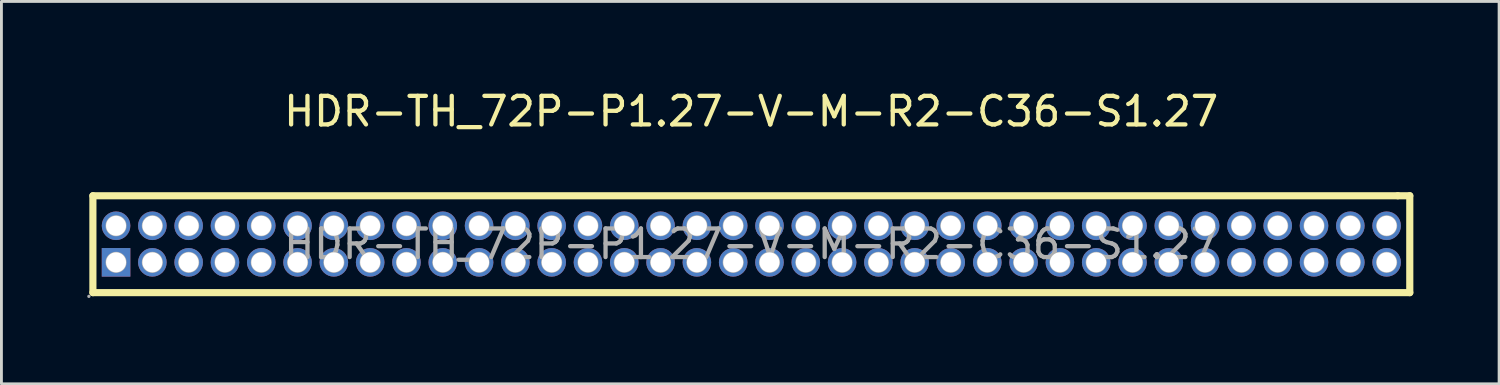
<source format=kicad_pcb>
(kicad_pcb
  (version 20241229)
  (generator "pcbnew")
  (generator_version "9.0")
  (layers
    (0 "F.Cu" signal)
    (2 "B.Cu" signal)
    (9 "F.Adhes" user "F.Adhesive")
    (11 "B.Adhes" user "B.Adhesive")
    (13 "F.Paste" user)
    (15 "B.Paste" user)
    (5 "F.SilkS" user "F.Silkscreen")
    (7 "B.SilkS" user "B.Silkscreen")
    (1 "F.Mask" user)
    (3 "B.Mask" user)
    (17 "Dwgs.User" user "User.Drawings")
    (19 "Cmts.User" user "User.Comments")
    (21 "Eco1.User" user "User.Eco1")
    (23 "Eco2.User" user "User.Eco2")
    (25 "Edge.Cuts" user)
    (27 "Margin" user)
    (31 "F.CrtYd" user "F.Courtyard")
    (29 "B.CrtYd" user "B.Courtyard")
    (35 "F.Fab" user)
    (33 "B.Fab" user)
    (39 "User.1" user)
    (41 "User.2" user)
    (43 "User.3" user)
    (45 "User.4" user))
  (footprint "HDR-TH_72P-P1.27-V-M-R2-C36-S1.27"
    (layer "F.Cu")
    (at 23.23 5.488)
    (property "Reference" "HDR-TH_72P-P1.27-V-M-R2-C36-S1.27" (at 0 -4.64 0) (layer "F.SilkS") (effects (font (size 1 1) (thickness 0.15))))
    (attr through_hole)
    (fp_line (start -23.03 -1.69) (end -23.03 1.7) (stroke (width 0.25) (type solid)) (layer "F.SilkS"))
    (fp_line (start -23.03 -1.69) (end 22.62 -1.69) (stroke (width 0.25) (type solid)) (layer "F.SilkS"))
    (fp_line (start -23.03 1.7) (end 23.04 1.7) (stroke (width 0.25) (type solid)) (layer "F.SilkS"))
    (fp_line (start 22.62 -1.69) (end 23.04 -1.69) (stroke (width 0.25) (type solid)) (layer "F.SilkS"))
    (fp_line (start 23.04 -1.69) (end 23.04 1.7) (stroke (width 0.25) (type solid)) (layer "F.SilkS"))
    (fp_circle (center -23.17 1.83) (end -23.14 1.83) (stroke (width 0.06) (type solid)) (fill no) (layer "F.Fab"))
    (fp_circle (center -22.22 -0.64) (end -22.1 -0.64) (stroke (width 0.25) (type solid)) (fill no) (layer "F.Fab"))
    (fp_circle (center -22.22 0.64) (end -22.1 0.64) (stroke (width 0.25) (type solid)) (fill no) (layer "F.Fab"))
    (fp_circle (center -20.95 -0.64) (end -20.83 -0.64) (stroke (width 0.25) (type solid)) (fill no) (layer "F.Fab"))
    (fp_circle (center -20.95 0.64) (end -20.83 0.64) (stroke (width 0.25) (type solid)) (fill no) (layer "F.Fab"))
    (fp_circle (center -19.68 -0.64) (end -19.56 -0.64) (stroke (width 0.25) (type solid)) (fill no) (layer "F.Fab"))
    (fp_circle (center -19.68 0.64) (end -19.56 0.64) (stroke (width 0.25) (type solid)) (fill no) (layer "F.Fab"))
    (fp_circle (center -18.41 -0.64) (end -18.29 -0.64) (stroke (width 0.25) (type solid)) (fill no) (layer "F.Fab"))
    (fp_circle (center -18.41 0.64) (end -18.29 0.64) (stroke (width 0.25) (type solid)) (fill no) (layer "F.Fab"))
    (fp_circle (center -17.14 -0.64) (end -17.02 -0.64) (stroke (width 0.25) (type solid)) (fill no) (layer "F.Fab"))
    (fp_circle (center -17.14 0.64) (end -17.02 0.64) (stroke (width 0.25) (type solid)) (fill no) (layer "F.Fab"))
    (fp_circle (center -15.87 -0.64) (end -15.75 -0.64) (stroke (width 0.25) (type solid)) (fill no) (layer "F.Fab"))
    (fp_circle (center -15.87 0.64) (end -15.75 0.64) (stroke (width 0.25) (type solid)) (fill no) (layer "F.Fab"))
    (fp_circle (center -14.6 -0.64) (end -14.48 -0.64) (stroke (width 0.25) (type solid)) (fill no) (layer "F.Fab"))
    (fp_circle (center -14.6 0.64) (end -14.48 0.64) (stroke (width 0.25) (type solid)) (fill no) (layer "F.Fab"))
    (fp_circle (center -13.33 -0.64) (end -13.21 -0.64) (stroke (width 0.25) (type solid)) (fill no) (layer "F.Fab"))
    (fp_circle (center -13.33 0.64) (end -13.21 0.64) (stroke (width 0.25) (type solid)) (fill no) (layer "F.Fab"))
    (fp_circle (center -12.06 -0.64) (end -11.94 -0.64) (stroke (width 0.25) (type solid)) (fill no) (layer "F.Fab"))
    (fp_circle (center -12.06 0.64) (end -11.94 0.64) (stroke (width 0.25) (type solid)) (fill no) (layer "F.Fab"))
    (fp_circle (center -10.79 -0.64) (end -10.67 -0.64) (stroke (width 0.25) (type solid)) (fill no) (layer "F.Fab"))
    (fp_circle (center -10.79 0.64) (end -10.67 0.64) (stroke (width 0.25) (type solid)) (fill no) (layer "F.Fab"))
    (fp_circle (center -9.52 -0.64) (end -9.4 -0.64) (stroke (width 0.25) (type solid)) (fill no) (layer "F.Fab"))
    (fp_circle (center -9.52 0.64) (end -9.4 0.64) (stroke (width 0.25) (type solid)) (fill no) (layer "F.Fab"))
    (fp_circle (center -8.25 -0.64) (end -8.13 -0.64) (stroke (width 0.25) (type solid)) (fill no) (layer "F.Fab"))
    (fp_circle (center -8.25 0.64) (end -8.13 0.64) (stroke (width 0.25) (type solid)) (fill no) (layer "F.Fab"))
    (fp_circle (center -6.98 -0.64) (end -6.86 -0.64) (stroke (width 0.25) (type solid)) (fill no) (layer "F.Fab"))
    (fp_circle (center -6.98 0.64) (end -6.86 0.64) (stroke (width 0.25) (type solid)) (fill no) (layer "F.Fab"))
    (fp_circle (center -5.71 -0.64) (end -5.59 -0.64) (stroke (width 0.25) (type solid)) (fill no) (layer "F.Fab"))
    (fp_circle (center -5.71 0.64) (end -5.59 0.64) (stroke (width 0.25) (type solid)) (fill no) (layer "F.Fab"))
    (fp_circle (center -4.44 -0.64) (end -4.32 -0.64) (stroke (width 0.25) (type solid)) (fill no) (layer "F.Fab"))
    (fp_circle (center -4.44 0.64) (end -4.32 0.64) (stroke (width 0.25) (type solid)) (fill no) (layer "F.Fab"))
    (fp_circle (center -3.17 -0.64) (end -3.05 -0.64) (stroke (width 0.25) (type solid)) (fill no) (layer "F.Fab"))
    (fp_circle (center -3.17 0.64) (end -3.05 0.64) (stroke (width 0.25) (type solid)) (fill no) (layer "F.Fab"))
    (fp_circle (center -1.9 -0.64) (end -1.78 -0.64) (stroke (width 0.25) (type solid)) (fill no) (layer "F.Fab"))
    (fp_circle (center -1.9 0.64) (end -1.78 0.64) (stroke (width 0.25) (type solid)) (fill no) (layer "F.Fab"))
    (fp_circle (center -0.63 -0.64) (end -0.51 -0.64) (stroke (width 0.25) (type solid)) (fill no) (layer "F.Fab"))
    (fp_circle (center -0.63 0.64) (end -0.51 0.64) (stroke (width 0.25) (type solid)) (fill no) (layer "F.Fab"))
    (fp_circle (center 0.64 -0.64) (end 0.76 -0.64) (stroke (width 0.25) (type solid)) (fill no) (layer "F.Fab"))
    (fp_circle (center 0.64 0.64) (end 0.76 0.64) (stroke (width 0.25) (type solid)) (fill no) (layer "F.Fab"))
    (fp_circle (center 1.91 -0.64) (end 2.03 -0.64) (stroke (width 0.25) (type solid)) (fill no) (layer "F.Fab"))
    (fp_circle (center 1.91 0.64) (end 2.03 0.64) (stroke (width 0.25) (type solid)) (fill no) (layer "F.Fab"))
    (fp_circle (center 3.18 -0.64) (end 3.3 -0.64) (stroke (width 0.25) (type solid)) (fill no) (layer "F.Fab"))
    (fp_circle (center 3.18 0.64) (end 3.3 0.64) (stroke (width 0.25) (type solid)) (fill no) (layer "F.Fab"))
    (fp_circle (center 4.45 -0.64) (end 4.57 -0.64) (stroke (width 0.25) (type solid)) (fill no) (layer "F.Fab"))
    (fp_circle (center 4.45 0.64) (end 4.57 0.64) (stroke (width 0.25) (type solid)) (fill no) (layer "F.Fab"))
    (fp_circle (center 5.72 -0.64) (end 5.84 -0.64) (stroke (width 0.25) (type solid)) (fill no) (layer "F.Fab"))
    (fp_circle (center 5.72 0.64) (end 5.84 0.64) (stroke (width 0.25) (type solid)) (fill no) (layer "F.Fab"))
    (fp_circle (center 6.98 -0.64) (end 7.1 -0.64) (stroke (width 0.25) (type solid)) (fill no) (layer "F.Fab"))
    (fp_circle (center 6.98 0.64) (end 7.1 0.64) (stroke (width 0.25) (type solid)) (fill no) (layer "F.Fab"))
    (fp_circle (center 8.26 -0.64) (end 8.38 -0.64) (stroke (width 0.25) (type solid)) (fill no) (layer "F.Fab"))
    (fp_circle (center 8.26 0.64) (end 8.38 0.64) (stroke (width 0.25) (type solid)) (fill no) (layer "F.Fab"))
    (fp_circle (center 9.53 -0.64) (end 9.65 -0.64) (stroke (width 0.25) (type solid)) (fill no) (layer "F.Fab"))
    (fp_circle (center 9.53 0.64) (end 9.65 0.64) (stroke (width 0.25) (type solid)) (fill no) (layer "F.Fab"))
    (fp_circle (center 10.8 -0.64) (end 10.92 -0.64) (stroke (width 0.25) (type solid)) (fill no) (layer "F.Fab"))
    (fp_circle (center 10.8 0.64) (end 10.92 0.64) (stroke (width 0.25) (type solid)) (fill no) (layer "F.Fab"))
    (fp_circle (center 12.07 -0.64) (end 12.19 -0.64) (stroke (width 0.25) (type solid)) (fill no) (layer "F.Fab"))
    (fp_circle (center 12.07 0.64) (end 12.19 0.64) (stroke (width 0.25) (type solid)) (fill no) (layer "F.Fab"))
    (fp_circle (center 13.34 -0.64) (end 13.46 -0.64) (stroke (width 0.25) (type solid)) (fill no) (layer "F.Fab"))
    (fp_circle (center 13.34 0.64) (end 13.46 0.64) (stroke (width 0.25) (type solid)) (fill no) (layer "F.Fab"))
    (fp_circle (center 14.61 -0.64) (end 14.73 -0.64) (stroke (width 0.25) (type solid)) (fill no) (layer "F.Fab"))
    (fp_circle (center 14.61 0.64) (end 14.73 0.64) (stroke (width 0.25) (type solid)) (fill no) (layer "F.Fab"))
    (fp_circle (center 15.88 -0.64) (end 16 -0.64) (stroke (width 0.25) (type solid)) (fill no) (layer "F.Fab"))
    (fp_circle (center 15.88 0.64) (end 16 0.64) (stroke (width 0.25) (type solid)) (fill no) (layer "F.Fab"))
    (fp_circle (center 17.15 -0.64) (end 17.27 -0.64) (stroke (width 0.25) (type solid)) (fill no) (layer "F.Fab"))
    (fp_circle (center 17.15 0.64) (end 17.27 0.64) (stroke (width 0.25) (type solid)) (fill no) (layer "F.Fab"))
    (fp_circle (center 18.42 -0.64) (end 18.54 -0.64) (stroke (width 0.25) (type solid)) (fill no) (layer "F.Fab"))
    (fp_circle (center 18.42 0.64) (end 18.54 0.64) (stroke (width 0.25) (type solid)) (fill no) (layer "F.Fab"))
    (fp_circle (center 19.69 -0.64) (end 19.81 -0.64) (stroke (width 0.25) (type solid)) (fill no) (layer "F.Fab"))
    (fp_circle (center 19.69 0.64) (end 19.81 0.64) (stroke (width 0.25) (type solid)) (fill no) (layer "F.Fab"))
    (fp_circle (center 20.96 -0.64) (end 21.08 -0.64) (stroke (width 0.25) (type solid)) (fill no) (layer "F.Fab"))
    (fp_circle (center 20.96 0.64) (end 21.08 0.64) (stroke (width 0.25) (type solid)) (fill no) (layer "F.Fab"))
    (fp_circle (center 22.23 -0.64) (end 22.35 -0.64) (stroke (width 0.25) (type solid)) (fill no) (layer "F.Fab"))
    (fp_circle (center 22.23 0.64) (end 22.35 0.64) (stroke (width 0.25) (type solid)) (fill no) (layer "F.Fab"))
    (fp_text user "${REFERENCE}" (at 0 0 0) (layer "F.Fab") (effects (font (size 1 1) (thickness 0.15))))
    (pad "1" thru_hole rect (at -22.22 0.64) (size 1 1) (drill 0.7) (layers "*.Cu" "*.Paste" "*.Mask"))
    (pad "2" thru_hole circle (at -22.22 -0.64) (size 1 1) (drill 0.7) (layers "*.Cu" "*.Paste" "*.Mask"))
    (pad "3" thru_hole circle (at -20.95 0.64) (size 1 1) (drill 0.7) (layers "*.Cu" "*.Paste" "*.Mask"))
    (pad "4" thru_hole circle (at -20.95 -0.64) (size 1 1) (drill 0.7) (layers "*.Cu" "*.Paste" "*.Mask"))
    (pad "5" thru_hole circle (at -19.68 0.64) (size 1 1) (drill 0.7) (layers "*.Cu" "*.Paste" "*.Mask"))
    (pad "6" thru_hole circle (at -19.68 -0.64) (size 1 1) (drill 0.7) (layers "*.Cu" "*.Paste" "*.Mask"))
    (pad "7" thru_hole circle (at -18.41 0.64) (size 1 1) (drill 0.7) (layers "*.Cu" "*.Paste" "*.Mask"))
    (pad "8" thru_hole circle (at -18.41 -0.64) (size 1 1) (drill 0.7) (layers "*.Cu" "*.Paste" "*.Mask"))
    (pad "9" thru_hole circle (at -17.14 0.64) (size 1 1) (drill 0.7) (layers "*.Cu" "*.Paste" "*.Mask"))
    (pad "10" thru_hole circle (at -17.14 -0.64) (size 1 1) (drill 0.7) (layers "*.Cu" "*.Paste" "*.Mask"))
    (pad "11" thru_hole circle (at -15.87 0.64) (size 1 1) (drill 0.7) (layers "*.Cu" "*.Paste" "*.Mask"))
    (pad "12" thru_hole circle (at -15.87 -0.64) (size 1 1) (drill 0.7) (layers "*.Cu" "*.Paste" "*.Mask"))
    (pad "13" thru_hole circle (at -14.6 0.64) (size 1 1) (drill 0.7) (layers "*.Cu" "*.Paste" "*.Mask"))
    (pad "14" thru_hole circle (at -14.6 -0.64) (size 1 1) (drill 0.7) (layers "*.Cu" "*.Paste" "*.Mask"))
    (pad "15" thru_hole circle (at -13.33 0.64) (size 1 1) (drill 0.7) (layers "*.Cu" "*.Paste" "*.Mask"))
    (pad "16" thru_hole circle (at -13.33 -0.64) (size 1 1) (drill 0.7) (layers "*.Cu" "*.Paste" "*.Mask"))
    (pad "17" thru_hole circle (at -12.06 0.64) (size 1 1) (drill 0.7) (layers "*.Cu" "*.Paste" "*.Mask"))
    (pad "18" thru_hole circle (at -12.06 -0.64) (size 1 1) (drill 0.7) (layers "*.Cu" "*.Paste" "*.Mask"))
    (pad "19" thru_hole circle (at -10.79 0.64) (size 1 1) (drill 0.7) (layers "*.Cu" "*.Paste" "*.Mask"))
    (pad "20" thru_hole circle (at -10.79 -0.64) (size 1 1) (drill 0.7) (layers "*.Cu" "*.Paste" "*.Mask"))
    (pad "21" thru_hole circle (at -9.52 0.64) (size 1 1) (drill 0.7) (layers "*.Cu" "*.Paste" "*.Mask"))
    (pad "22" thru_hole circle (at -9.52 -0.64) (size 1 1) (drill 0.7) (layers "*.Cu" "*.Paste" "*.Mask"))
    (pad "23" thru_hole circle (at -8.25 0.64) (size 1 1) (drill 0.7) (layers "*.Cu" "*.Paste" "*.Mask"))
    (pad "24" thru_hole circle (at -8.25 -0.64) (size 1 1) (drill 0.7) (layers "*.Cu" "*.Paste" "*.Mask"))
    (pad "25" thru_hole circle (at -6.98 0.64) (size 1 1) (drill 0.7) (layers "*.Cu" "*.Paste" "*.Mask"))
    (pad "26" thru_hole circle (at -6.98 -0.64) (size 1 1) (drill 0.7) (layers "*.Cu" "*.Paste" "*.Mask"))
    (pad "27" thru_hole circle (at -5.71 0.64) (size 1 1) (drill 0.7) (layers "*.Cu" "*.Paste" "*.Mask"))
    (pad "28" thru_hole circle (at -5.71 -0.64) (size 1 1) (drill 0.7) (layers "*.Cu" "*.Paste" "*.Mask"))
    (pad "29" thru_hole circle (at -4.44 0.64) (size 1 1) (drill 0.7) (layers "*.Cu" "*.Paste" "*.Mask"))
    (pad "30" thru_hole circle (at -4.44 -0.64) (size 1 1) (drill 0.7) (layers "*.Cu" "*.Paste" "*.Mask"))
    (pad "31" thru_hole circle (at -3.17 0.64) (size 1 1) (drill 0.7) (layers "*.Cu" "*.Paste" "*.Mask"))
    (pad "32" thru_hole circle (at -3.17 -0.64) (size 1 1) (drill 0.7) (layers "*.Cu" "*.Paste" "*.Mask"))
    (pad "33" thru_hole circle (at -1.9 0.64) (size 1 1) (drill 0.7) (layers "*.Cu" "*.Paste" "*.Mask"))
    (pad "34" thru_hole circle (at -1.9 -0.64) (size 1 1) (drill 0.7) (layers "*.Cu" "*.Paste" "*.Mask"))
    (pad "35" thru_hole circle (at -0.63 0.64) (size 1 1) (drill 0.7) (layers "*.Cu" "*.Paste" "*.Mask"))
    (pad "36" thru_hole circle (at -0.63 -0.64) (size 1 1) (drill 0.7) (layers "*.Cu" "*.Paste" "*.Mask"))
    (pad "37" thru_hole circle (at 0.64 0.64) (size 1 1) (drill 0.7) (layers "*.Cu" "*.Paste" "*.Mask"))
    (pad "38" thru_hole circle (at 0.64 -0.64) (size 1 1) (drill 0.7) (layers "*.Cu" "*.Paste" "*.Mask"))
    (pad "39" thru_hole circle (at 1.91 0.64) (size 1 1) (drill 0.7) (layers "*.Cu" "*.Paste" "*.Mask"))
    (pad "40" thru_hole circle (at 1.91 -0.64) (size 1 1) (drill 0.7) (layers "*.Cu" "*.Paste" "*.Mask"))
    (pad "41" thru_hole circle (at 3.18 0.64) (size 1 1) (drill 0.7) (layers "*.Cu" "*.Paste" "*.Mask"))
    (pad "42" thru_hole circle (at 3.18 -0.64) (size 1 1) (drill 0.7) (layers "*.Cu" "*.Paste" "*.Mask"))
    (pad "43" thru_hole circle (at 4.45 0.64) (size 1 1) (drill 0.7) (layers "*.Cu" "*.Paste" "*.Mask"))
    (pad "44" thru_hole circle (at 4.45 -0.64) (size 1 1) (drill 0.7) (layers "*.Cu" "*.Paste" "*.Mask"))
    (pad "45" thru_hole circle (at 5.72 0.64) (size 1 1) (drill 0.7) (layers "*.Cu" "*.Paste" "*.Mask"))
    (pad "46" thru_hole circle (at 5.72 -0.64) (size 1 1) (drill 0.7) (layers "*.Cu" "*.Paste" "*.Mask"))
    (pad "47" thru_hole circle (at 6.98 0.64) (size 1 1) (drill 0.7) (layers "*.Cu" "*.Paste" "*.Mask"))
    (pad "48" thru_hole circle (at 6.98 -0.64) (size 1 1) (drill 0.7) (layers "*.Cu" "*.Paste" "*.Mask"))
    (pad "49" thru_hole circle (at 8.26 0.64) (size 1 1) (drill 0.7) (layers "*.Cu" "*.Paste" "*.Mask"))
    (pad "50" thru_hole circle (at 8.26 -0.64) (size 1 1) (drill 0.7) (layers "*.Cu" "*.Paste" "*.Mask"))
    (pad "51" thru_hole circle (at 9.53 0.64) (size 1 1) (drill 0.7) (layers "*.Cu" "*.Paste" "*.Mask"))
    (pad "52" thru_hole circle (at 9.53 -0.64) (size 1 1) (drill 0.7) (layers "*.Cu" "*.Paste" "*.Mask"))
    (pad "53" thru_hole circle (at 10.8 0.64) (size 1 1) (drill 0.7) (layers "*.Cu" "*.Paste" "*.Mask"))
    (pad "54" thru_hole circle (at 10.8 -0.64) (size 1 1) (drill 0.7) (layers "*.Cu" "*.Paste" "*.Mask"))
    (pad "55" thru_hole circle (at 12.07 0.64) (size 1 1) (drill 0.7) (layers "*.Cu" "*.Paste" "*.Mask"))
    (pad "56" thru_hole circle (at 12.07 -0.64) (size 1 1) (drill 0.7) (layers "*.Cu" "*.Paste" "*.Mask"))
    (pad "57" thru_hole circle (at 13.34 0.64) (size 1 1) (drill 0.7) (layers "*.Cu" "*.Paste" "*.Mask"))
    (pad "58" thru_hole circle (at 13.34 -0.64) (size 1 1) (drill 0.7) (layers "*.Cu" "*.Paste" "*.Mask"))
    (pad "59" thru_hole circle (at 14.61 0.64) (size 1 1) (drill 0.7) (layers "*.Cu" "*.Paste" "*.Mask"))
    (pad "60" thru_hole circle (at 14.61 -0.64) (size 1 1) (drill 0.7) (layers "*.Cu" "*.Paste" "*.Mask"))
    (pad "61" thru_hole circle (at 15.88 0.64) (size 1 1) (drill 0.7) (layers "*.Cu" "*.Paste" "*.Mask"))
    (pad "62" thru_hole circle (at 15.88 -0.64) (size 1 1) (drill 0.7) (layers "*.Cu" "*.Paste" "*.Mask"))
    (pad "63" thru_hole circle (at 17.15 0.64) (size 1 1) (drill 0.7) (layers "*.Cu" "*.Paste" "*.Mask"))
    (pad "64" thru_hole circle (at 17.15 -0.64) (size 1 1) (drill 0.7) (layers "*.Cu" "*.Paste" "*.Mask"))
    (pad "65" thru_hole circle (at 18.42 0.64) (size 1 1) (drill 0.7) (layers "*.Cu" "*.Paste" "*.Mask"))
    (pad "66" thru_hole circle (at 18.42 -0.64) (size 1 1) (drill 0.7) (layers "*.Cu" "*.Paste" "*.Mask"))
    (pad "67" thru_hole circle (at 19.69 0.64) (size 1 1) (drill 0.7) (layers "*.Cu" "*.Paste" "*.Mask"))
    (pad "68" thru_hole circle (at 19.69 -0.64) (size 1 1) (drill 0.7) (layers "*.Cu" "*.Paste" "*.Mask"))
    (pad "69" thru_hole circle (at 20.96 0.64) (size 1 1) (drill 0.7) (layers "*.Cu" "*.Paste" "*.Mask"))
    (pad "70" thru_hole circle (at 20.96 -0.64) (size 1 1) (drill 0.7) (layers "*.Cu" "*.Paste" "*.Mask"))
    (pad "71" thru_hole circle (at 22.23 0.64) (size 1 1) (drill 0.7) (layers "*.Cu" "*.Paste" "*.Mask"))
    (pad "72" thru_hole circle (at 22.23 -0.64) (size 1 1) (drill 0.7) (layers "*.Cu" "*.Paste" "*.Mask")))
  (gr_rect
    (start -3 -3)
    (end 49.395 10.378)
    (stroke (width 0.1) (type default))
    (fill no)
    (layer "Edge.Cuts")))
</source>
